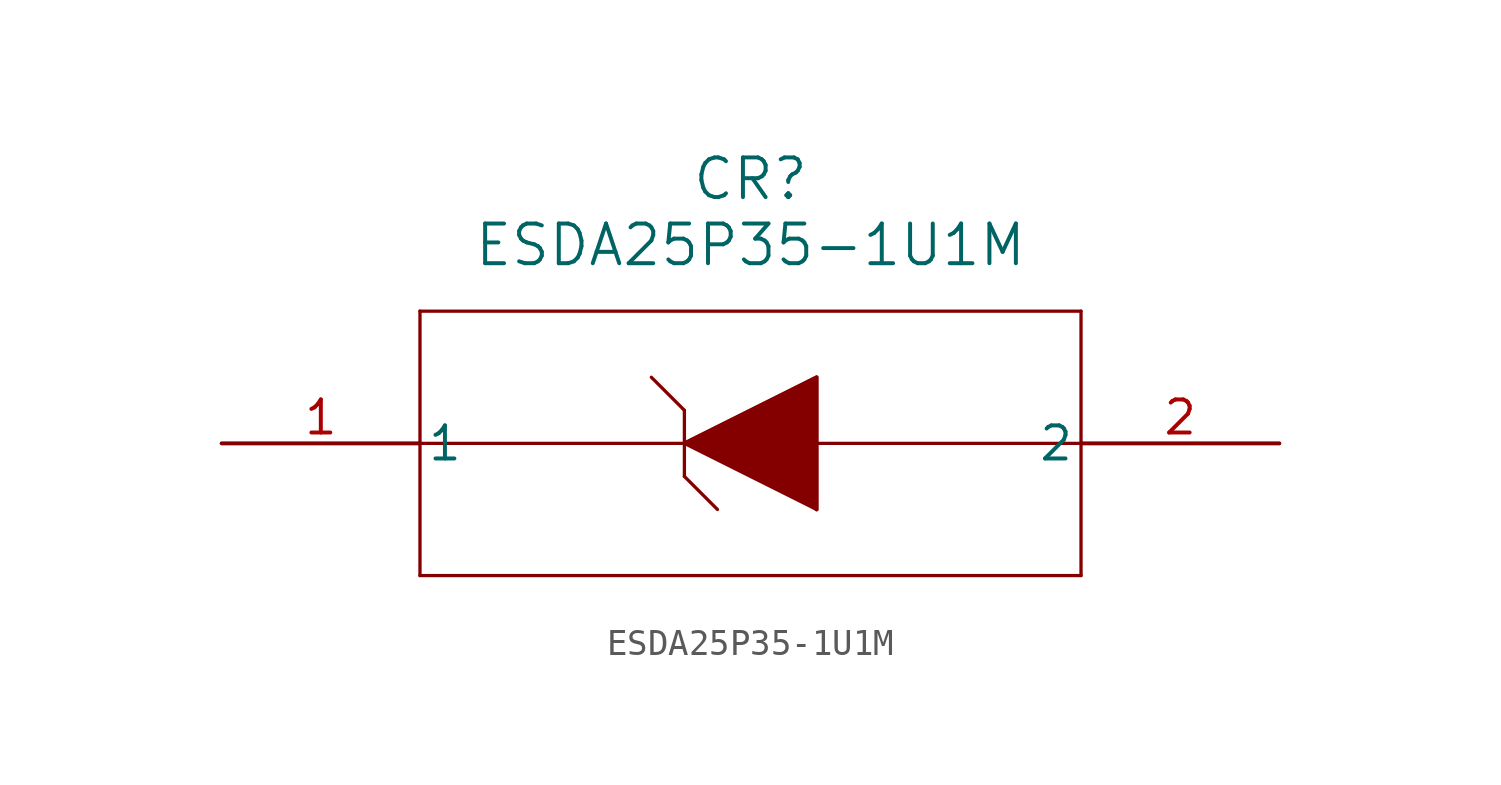
<source format=kicad_sym>
(kicad_symbol_lib
  (version 20231120)
  (generator "kicad_symbol_editor")
  (generator_version "8.0")
  (symbol "ESDA25P35-1U1M"
    (pin_names
      (offset 0.254))
    (property "Reference" "CR"
      (at 20.32 10.16 0)
      (effects (font (size 1.524 1.524))))
    (property "Value" "ESDA25P35-1U1M"
      (at 20.32 7.62 0)
      (effects (font (size 1.524 1.524))))
    (property "ki_locked" ""
      (at 0 0 0)
      (effects (font (size 1.27 1.27))))
    (symbol "ESDA25P35-1U1M_0_1"
      (polyline (pts (xy 7.62 -5.08) (xy 33.02 -5.08)) (stroke (width 0.127) (type default)) (fill (type none)))
      (polyline (pts (xy 7.62 0) (xy 33.02 0)) (stroke (width 0.127) (type default)) (fill (type none)))
      (polyline (pts (xy 7.62 5.08) (xy 7.62 -5.08)) (stroke (width 0.127) (type default)) (fill (type none)))
      (polyline (pts (xy 17.78 0) (xy 22.86 -2.54)) (stroke (width 0.127) (type default)) (fill (type none)))
      (polyline (pts (xy 17.78 1.27) (xy 16.51 2.54)) (stroke (width 0.127) (type default)) (fill (type none)))
      (polyline (pts (xy 17.78 1.27) (xy 17.78 -1.27)) (stroke (width 0.127) (type default)) (fill (type none)))
      (polyline (pts (xy 19.05 -2.54) (xy 17.78 -1.27)) (stroke (width 0.127) (type default)) (fill (type none)))
      (polyline (pts (xy 22.86 -2.54) (xy 22.86 2.54)) (stroke (width 0.127) (type default)) (fill (type none)))
      (polyline (pts (xy 22.86 2.54) (xy 17.78 0)) (stroke (width 0.127) (type default)) (fill (type none)))
      (polyline (pts (xy 33.02 -5.08) (xy 33.02 5.08)) (stroke (width 0.127) (type default)) (fill (type none)))
      (polyline (pts (xy 33.02 5.08) (xy 7.62 5.08)) (stroke (width 0.127) (type default)) (fill (type none)))
      (polyline (pts (xy 17.78 0) (xy 22.86 2.54) (xy 22.86 -2.54)) (stroke (width 0) (type default)) (fill (type outline))))
    (symbol "ESDA25P35-1U1M_1_1"
      (pin passive line (at 0 0 0) (length 7.62) (name "1" (effects (font (size 1.27 1.27)))) (number "1" (effects (font (size 1.27 1.27)))))
      (pin passive line (at 40.64 0 180) (length 7.62) (name "2" (effects (font (size 1.27 1.27)))) (number "2" (effects (font (size 1.27 1.27))))))))
</source>
